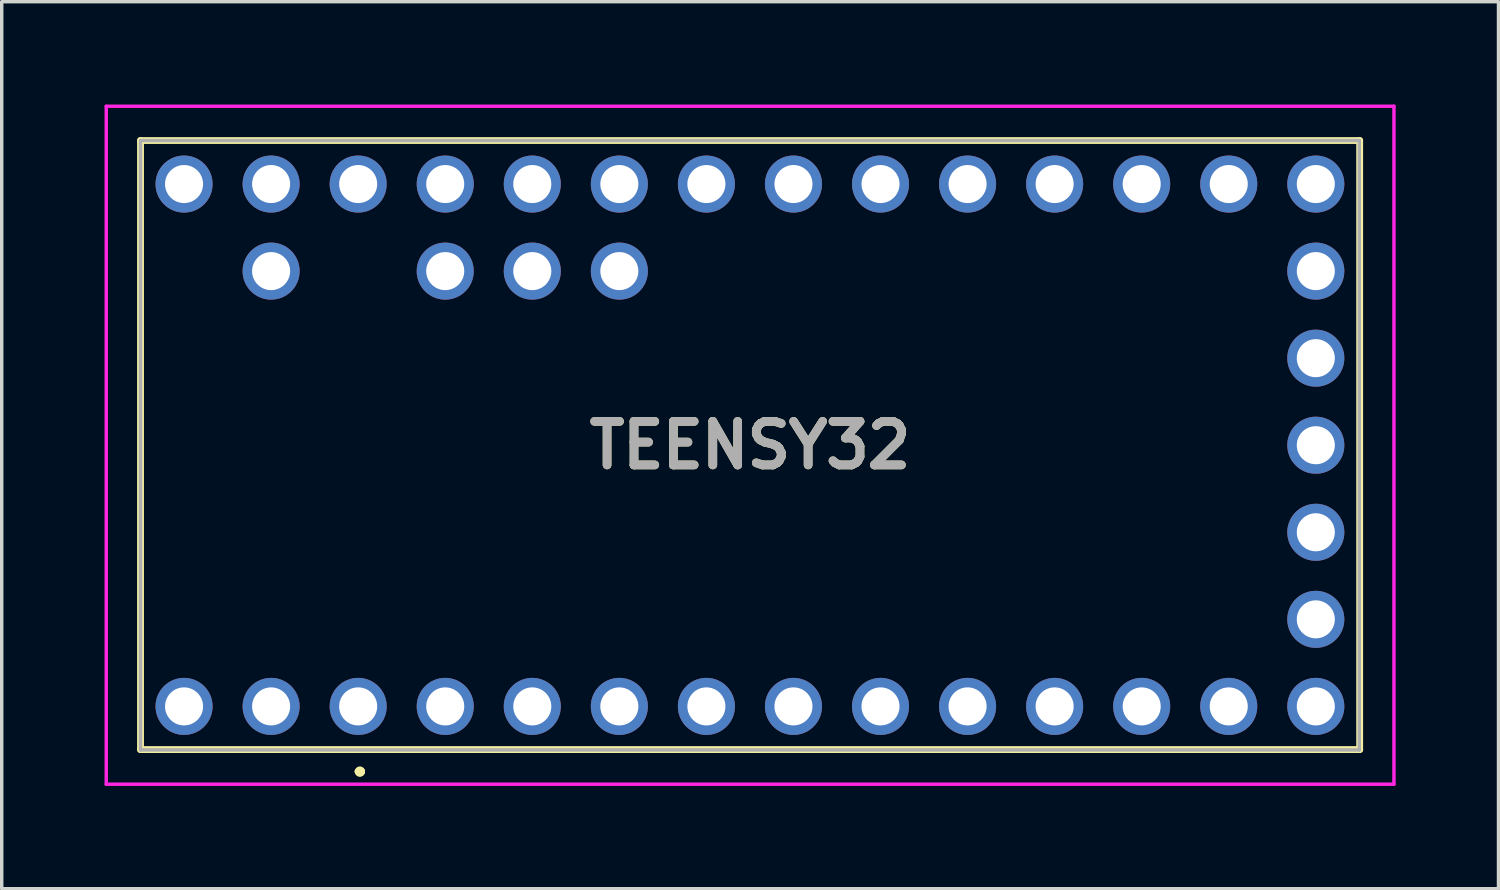
<source format=kicad_pcb>
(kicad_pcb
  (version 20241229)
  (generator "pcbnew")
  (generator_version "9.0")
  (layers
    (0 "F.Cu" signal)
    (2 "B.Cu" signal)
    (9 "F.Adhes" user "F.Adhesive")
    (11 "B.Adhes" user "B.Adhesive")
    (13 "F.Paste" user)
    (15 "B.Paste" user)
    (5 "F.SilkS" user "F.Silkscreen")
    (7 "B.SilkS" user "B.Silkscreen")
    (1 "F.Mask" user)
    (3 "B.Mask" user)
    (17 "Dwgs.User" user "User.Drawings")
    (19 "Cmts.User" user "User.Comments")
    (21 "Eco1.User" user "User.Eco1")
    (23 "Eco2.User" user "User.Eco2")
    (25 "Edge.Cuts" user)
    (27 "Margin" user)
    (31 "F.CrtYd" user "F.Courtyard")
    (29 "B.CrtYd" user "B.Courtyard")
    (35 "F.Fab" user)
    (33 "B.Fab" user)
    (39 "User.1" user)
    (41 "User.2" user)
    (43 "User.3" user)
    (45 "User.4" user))
  (footprint "TEENSY32"
    (layer "F.Cu")
    (at 7.4 17.56)
    (property "Reference" "TEENSY32" (at 11.435 -7.62 0) (layer "F.SilkS") (effects (font (size 1.27 1.27) (thickness 0.254))))
    (attr through_hole)
    (fp_line (start -6.35 -16.51) (end 29.22 -16.51) (stroke (width 0.2) (type solid)) (layer "F.SilkS"))
    (fp_line (start -6.35 1.26) (end -6.35 -16.51) (stroke (width 0.2) (type solid)) (layer "F.SilkS"))
    (fp_line (start 0 1.9) (end 0 1.9) (stroke (width 0.2) (type solid)) (layer "F.SilkS"))
    (fp_line (start 0 1.9) (end 0 1.9) (stroke (width 0.2) (type solid)) (layer "F.SilkS"))
    (fp_line (start 0.1 1.9) (end 0.1 1.9) (stroke (width 0.2) (type solid)) (layer "F.SilkS"))
    (fp_line (start 29.22 -16.51) (end 29.22 1.26) (stroke (width 0.2) (type solid)) (layer "F.SilkS"))
    (fp_line (start 29.22 1.26) (end -6.35 1.26) (stroke (width 0.2) (type solid)) (layer "F.SilkS"))
    (fp_arc (start 0 1.9) (mid 0.05 1.85) (end 0.1 1.9) (stroke (width 0.2) (type solid)) (layer "F.SilkS"))
    (fp_arc (start 0.1 1.9) (mid 0.05 1.95) (end 0 1.9) (stroke (width 0.2) (type solid)) (layer "F.SilkS"))
    (fp_arc (start 0.1 1.9) (mid 0.05 1.95) (end 0 1.9) (stroke (width 0.2) (type solid)) (layer "F.SilkS"))
    (fp_line (start -7.35 -17.51) (end 30.22 -17.51) (stroke (width 0.1) (type solid)) (layer "F.CrtYd"))
    (fp_line (start -7.35 2.27) (end -7.35 -17.51) (stroke (width 0.1) (type solid)) (layer "F.CrtYd"))
    (fp_line (start 30.22 -17.51) (end 30.22 2.27) (stroke (width 0.1) (type solid)) (layer "F.CrtYd"))
    (fp_line (start 30.22 2.27) (end -7.35 2.27) (stroke (width 0.1) (type solid)) (layer "F.CrtYd"))
    (fp_line (start -6.35 -16.51) (end -6.35 1.27) (stroke (width 0.1) (type solid)) (layer "F.Fab"))
    (fp_line (start -6.35 1.27) (end 29.21 1.27) (stroke (width 0.1) (type solid)) (layer "F.Fab"))
    (fp_line (start 29.21 -16.51) (end -6.35 -16.51) (stroke (width 0.1) (type solid)) (layer "F.Fab"))
    (fp_line (start 29.21 1.27) (end 29.21 -16.51) (stroke (width 0.1) (type solid)) (layer "F.Fab"))
    (fp_text user "${REFERENCE}" (at 11.435 -7.62 0) (layer "F.Fab") (effects (font (size 1.27 1.27) (thickness 0.254))))
    (pad "1" thru_hole circle (at 0 0) (size 1.665 1.665) (drill 1.11) (layers "*.Cu" "*.Mask"))
    (pad "2" thru_hole circle (at 2.54 0) (size 1.665 1.665) (drill 1.11) (layers "*.Cu" "*.Mask"))
    (pad "3" thru_hole circle (at 5.08 0) (size 1.665 1.665) (drill 1.11) (layers "*.Cu" "*.Mask"))
    (pad "4" thru_hole circle (at 7.62 0) (size 1.665 1.665) (drill 1.11) (layers "*.Cu" "*.Mask"))
    (pad "5" thru_hole circle (at 10.16 0) (size 1.665 1.665) (drill 1.11) (layers "*.Cu" "*.Mask"))
    (pad "6" thru_hole circle (at 12.7 0) (size 1.665 1.665) (drill 1.11) (layers "*.Cu" "*.Mask"))
    (pad "7" thru_hole circle (at 15.24 0) (size 1.665 1.665) (drill 1.11) (layers "*.Cu" "*.Mask"))
    (pad "8" thru_hole circle (at 17.78 0) (size 1.665 1.665) (drill 1.11) (layers "*.Cu" "*.Mask"))
    (pad "9" thru_hole circle (at 20.32 0) (size 1.665 1.665) (drill 1.11) (layers "*.Cu" "*.Mask"))
    (pad "10" thru_hole circle (at 22.86 0) (size 1.665 1.665) (drill 1.11) (layers "*.Cu" "*.Mask"))
    (pad "11" thru_hole circle (at 25.4 0) (size 1.665 1.665) (drill 1.11) (layers "*.Cu" "*.Mask"))
    (pad "12" thru_hole circle (at 27.94 0) (size 1.665 1.665) (drill 1.11) (layers "*.Cu" "*.Mask"))
    (pad "13" thru_hole circle (at 27.94 -15.24) (size 1.665 1.665) (drill 1.11) (layers "*.Cu" "*.Mask"))
    (pad "14" thru_hole circle (at 25.4 -15.24) (size 1.665 1.665) (drill 1.11) (layers "*.Cu" "*.Mask"))
    (pad "15" thru_hole circle (at 22.86 -15.24) (size 1.665 1.665) (drill 1.11) (layers "*.Cu" "*.Mask"))
    (pad "16" thru_hole circle (at 20.32 -15.24) (size 1.665 1.665) (drill 1.11) (layers "*.Cu" "*.Mask"))
    (pad "17" thru_hole circle (at 17.78 -15.24) (size 1.665 1.665) (drill 1.11) (layers "*.Cu" "*.Mask"))
    (pad "18" thru_hole circle (at 15.24 -15.24) (size 1.665 1.665) (drill 1.11) (layers "*.Cu" "*.Mask"))
    (pad "19" thru_hole circle (at 12.7 -15.24) (size 1.665 1.665) (drill 1.11) (layers "*.Cu" "*.Mask"))
    (pad "20" thru_hole circle (at 10.16 -15.24) (size 1.665 1.665) (drill 1.11) (layers "*.Cu" "*.Mask"))
    (pad "21" thru_hole circle (at 7.62 -15.24) (size 1.665 1.665) (drill 1.11) (layers "*.Cu" "*.Mask"))
    (pad "22" thru_hole circle (at 5.08 -15.24) (size 1.665 1.665) (drill 1.11) (layers "*.Cu" "*.Mask"))
    (pad "23" thru_hole circle (at 2.54 -15.24) (size 1.665 1.665) (drill 1.11) (layers "*.Cu" "*.Mask"))
    (pad "24" thru_hole circle (at 0 -15.24) (size 1.665 1.665) (drill 1.11) (layers "*.Cu" "*.Mask"))
    (pad "25" thru_hole circle (at -2.54 -15.24) (size 1.665 1.665) (drill 1.11) (layers "*.Cu" "*.Mask"))
    (pad "26" thru_hole circle (at -5.08 -15.24) (size 1.665 1.665) (drill 1.11) (layers "*.Cu" "*.Mask"))
    (pad "27" thru_hole circle (at -2.54 -12.7) (size 1.665 1.665) (drill 1.11) (layers "*.Cu" "*.Mask"))
    (pad "28" thru_hole circle (at 2.54 -12.7) (size 1.665 1.665) (drill 1.11) (layers "*.Cu" "*.Mask"))
    (pad "29" thru_hole circle (at 5.08 -12.7) (size 1.665 1.665) (drill 1.11) (layers "*.Cu" "*.Mask"))
    (pad "30" thru_hole circle (at 7.62 -12.7) (size 1.665 1.665) (drill 1.11) (layers "*.Cu" "*.Mask"))
    (pad "31" thru_hole circle (at 27.94 -2.54) (size 1.665 1.665) (drill 1.11) (layers "*.Cu" "*.Mask"))
    (pad "32" thru_hole circle (at 27.94 -5.08) (size 1.665 1.665) (drill 1.11) (layers "*.Cu" "*.Mask"))
    (pad "33" thru_hole circle (at 27.94 -7.62) (size 1.665 1.665) (drill 1.11) (layers "*.Cu" "*.Mask"))
    (pad "34" thru_hole circle (at 27.94 -10.16) (size 1.665 1.665) (drill 1.11) (layers "*.Cu" "*.Mask"))
    (pad "35" thru_hole circle (at 27.94 -12.7) (size 1.665 1.665) (drill 1.11) (layers "*.Cu" "*.Mask"))
    (pad "36" thru_hole circle (at -5.08 0) (size 1.665 1.665) (drill 1.11) (layers "*.Cu" "*.Mask"))
    (pad "37" thru_hole circle (at -2.54 0) (size 1.665 1.665) (drill 1.11) (layers "*.Cu" "*.Mask")))
  (gr_rect
    (start -3 -3)
    (end 40.67 22.88)
    (stroke (width 0.1) (type default))
    (fill no)
    (layer "Edge.Cuts")))
</source>
